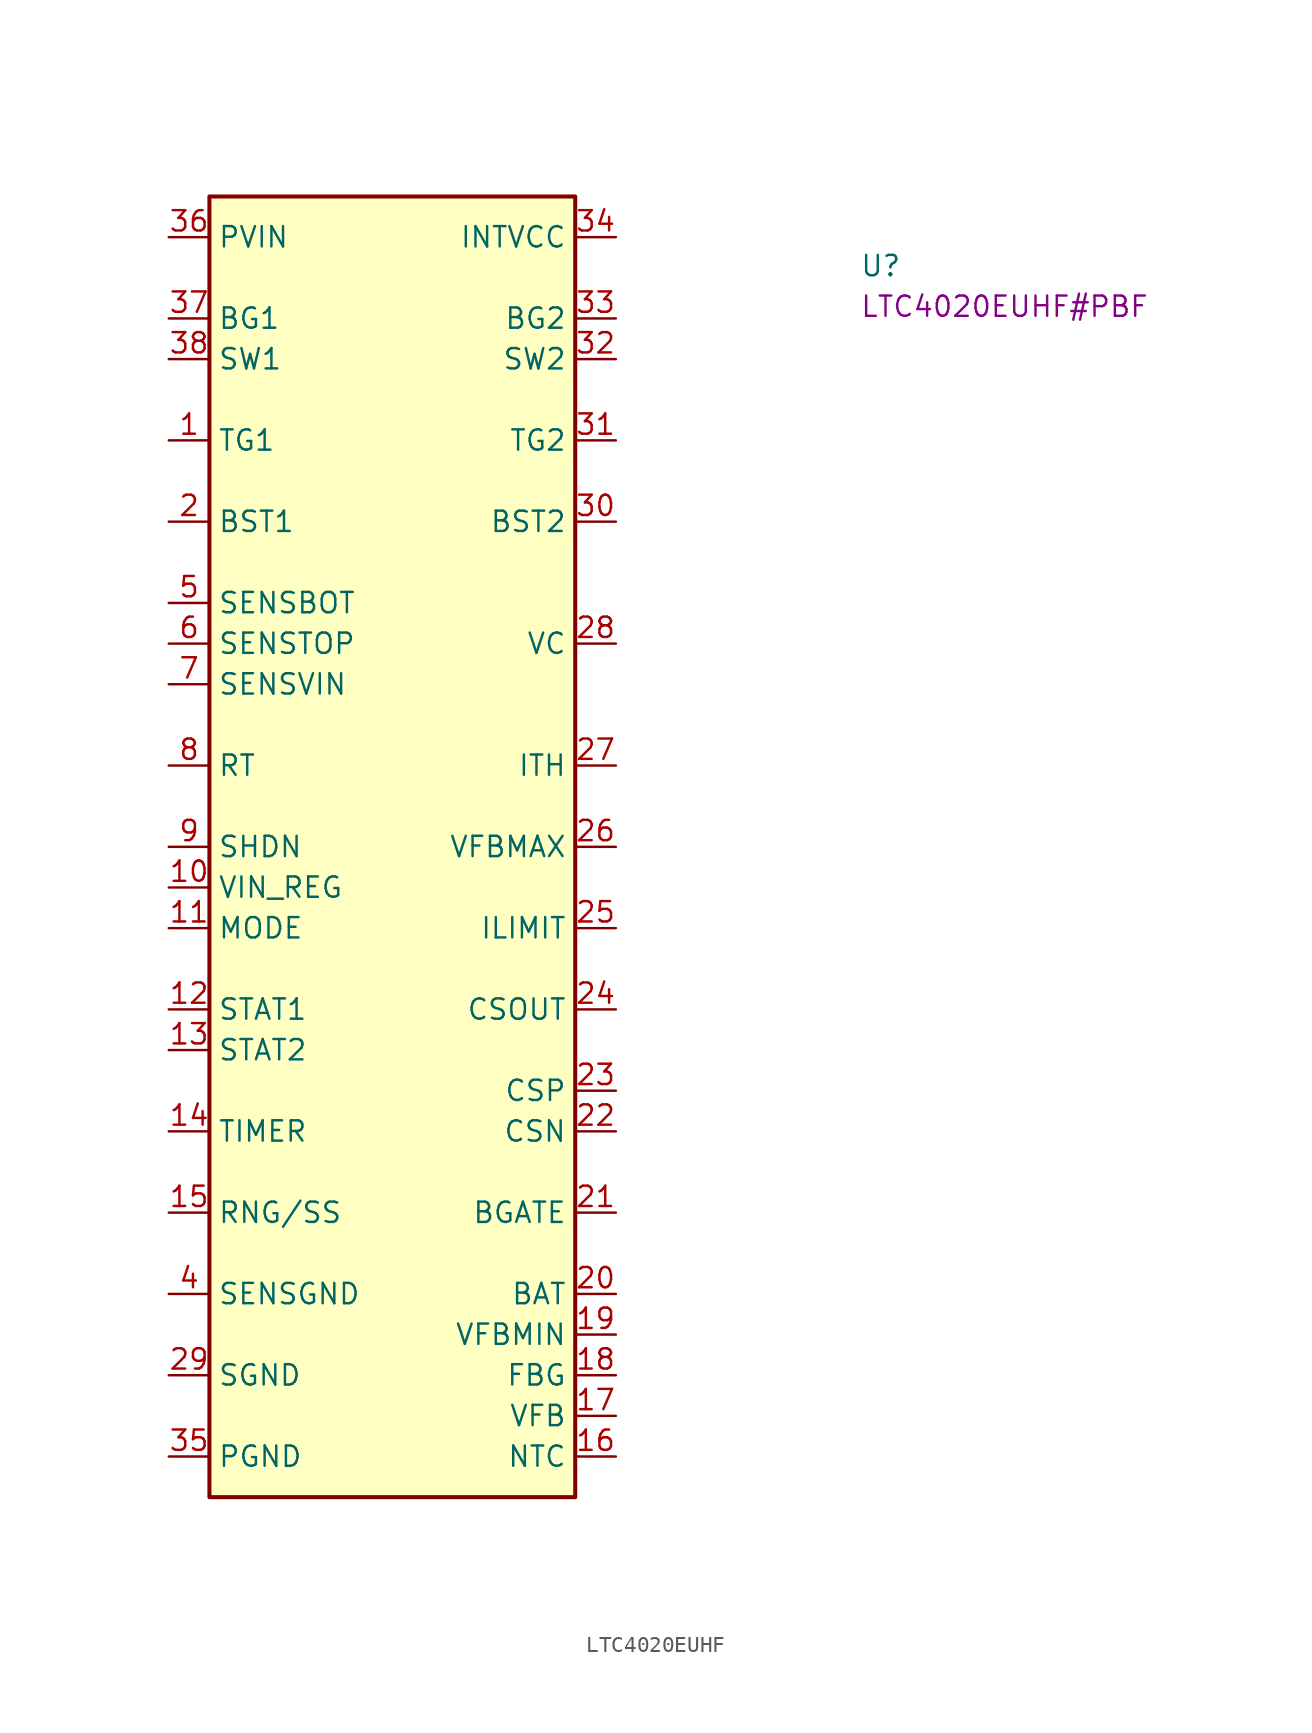
<source format=kicad_sym>
(kicad_symbol_lib
  (version 20220914)
  (generator kicad_symbol_editor)
  (symbol "LTC4020EUHF"
    (property "Reference" "U"
      (at 43.18 -2.54 0)
      (effects (font (size 1.27 1.27) (thickness 0.15)) (justify left bottom)))
    (property "MPN" "LTC4020EUHF#PBF"
      (at 43.18 -5.08 0)
      (effects (font (size 1.27 1.27) (thickness 0.15)) (justify left bottom)))
    (symbol "LTC4020EUHF_1_1"
      (rectangle (start 2.54 2.54) (end 25.4 -78.74) (stroke (width 0.254) (type default)) (fill (type background)))
      (pin output line (at 0 -12.7 0) (length 2.54) (name "TG1" (effects (font (size 1.27 1.27)))) (number "1" (effects (font (size 1.27 1.27)))))
      (pin passive line (at 0 -40.64 0) (length 2.54) (name "VIN_REG" (effects (font (size 1.27 1.27)))) (number "10" (effects (font (size 1.27 1.27)))))
      (pin input line (at 0 -43.18 0) (length 2.54) (name "MODE" (effects (font (size 1.27 1.27)))) (number "11" (effects (font (size 1.27 1.27)))))
      (pin output line (at 0 -48.26 0) (length 2.54) (name "STAT1" (effects (font (size 1.27 1.27)))) (number "12" (effects (font (size 1.27 1.27)))))
      (pin output line (at 0 -50.8 0) (length 2.54) (name "STAT2" (effects (font (size 1.27 1.27)))) (number "13" (effects (font (size 1.27 1.27)))))
      (pin passive line (at 0 -55.88 0) (length 2.54) (name "TIMER" (effects (font (size 1.27 1.27)))) (number "14" (effects (font (size 1.27 1.27)))))
      (pin input line (at 0 -60.96 0) (length 2.54) (name "RNG/SS" (effects (font (size 1.27 1.27)))) (number "15" (effects (font (size 1.27 1.27)))))
      (pin input line (at 27.94 -76.2 180) (length 2.54) (name "NTC" (effects (font (size 1.27 1.27)))) (number "16" (effects (font (size 1.27 1.27)))))
      (pin input line (at 27.94 -73.66 180) (length 2.54) (name "VFB" (effects (font (size 1.27 1.27)))) (number "17" (effects (font (size 1.27 1.27)))))
      (pin input line (at 27.94 -71.12 180) (length 2.54) (name "FBG" (effects (font (size 1.27 1.27)))) (number "18" (effects (font (size 1.27 1.27)))))
      (pin input line (at 27.94 -68.58 180) (length 2.54) (name "VFBMIN" (effects (font (size 1.27 1.27)))) (number "19" (effects (font (size 1.27 1.27)))))
      (pin power_in line (at 0 -17.78 0) (length 2.54) (name "BST1" (effects (font (size 1.27 1.27)))) (number "2" (effects (font (size 1.27 1.27)))))
      (pin input line (at 27.94 -66.04 180) (length 2.54) (name "BAT" (effects (font (size 1.27 1.27)))) (number "20" (effects (font (size 1.27 1.27)))))
      (pin output line (at 27.94 -60.96 180) (length 2.54) (name "BGATE" (effects (font (size 1.27 1.27)))) (number "21" (effects (font (size 1.27 1.27)))))
      (pin input line (at 27.94 -55.88 180) (length 2.54) (name "CSN" (effects (font (size 1.27 1.27)))) (number "22" (effects (font (size 1.27 1.27)))))
      (pin input line (at 27.94 -53.34 180) (length 2.54) (name "CSP" (effects (font (size 1.27 1.27)))) (number "23" (effects (font (size 1.27 1.27)))))
      (pin output line (at 27.94 -48.26 180) (length 2.54) (name "CSOUT" (effects (font (size 1.27 1.27)))) (number "24" (effects (font (size 1.27 1.27)))))
      (pin input line (at 27.94 -43.18 180) (length 2.54) (name "ILIMIT" (effects (font (size 1.27 1.27)))) (number "25" (effects (font (size 1.27 1.27)))))
      (pin input line (at 27.94 -38.1 180) (length 2.54) (name "VFBMAX" (effects (font (size 1.27 1.27)))) (number "26" (effects (font (size 1.27 1.27)))))
      (pin input line (at 27.94 -33.02 180) (length 2.54) (name "ITH" (effects (font (size 1.27 1.27)))) (number "27" (effects (font (size 1.27 1.27)))))
      (pin input line (at 27.94 -25.4 180) (length 2.54) (name "VC" (effects (font (size 1.27 1.27)))) (number "28" (effects (font (size 1.27 1.27)))))
      (pin power_in line (at 0 -71.12 0) (length 2.54) (name "SGND" (effects (font (size 1.27 1.27)))) (number "29" (effects (font (size 1.27 1.27)))))
      (pin passive line (at 0 -71.12 0) (length 2.54) hide (name "SGND" (effects (font (size 1.27 1.27)))) (number "3" (effects (font (size 1.27 1.27)))))
      (pin power_out line (at 27.94 -17.78 180) (length 2.54) (name "BST2" (effects (font (size 1.27 1.27)))) (number "30" (effects (font (size 1.27 1.27)))))
      (pin output line (at 27.94 -12.7 180) (length 2.54) (name "TG2" (effects (font (size 1.27 1.27)))) (number "31" (effects (font (size 1.27 1.27)))))
      (pin input line (at 27.94 -7.62 180) (length 2.54) (name "SW2" (effects (font (size 1.27 1.27)))) (number "32" (effects (font (size 1.27 1.27)))))
      (pin output line (at 27.94 -5.08 180) (length 2.54) (name "BG2" (effects (font (size 1.27 1.27)))) (number "33" (effects (font (size 1.27 1.27)))))
      (pin power_out line (at 27.94 0 180) (length 2.54) (name "INTVCC" (effects (font (size 1.27 1.27)))) (number "34" (effects (font (size 1.27 1.27)))))
      (pin power_in line (at 0 -76.2 0) (length 2.54) (name "PGND" (effects (font (size 1.27 1.27)))) (number "35" (effects (font (size 1.27 1.27)))))
      (pin power_in line (at 0 0 0) (length 2.54) (name "PVIN" (effects (font (size 1.27 1.27)))) (number "36" (effects (font (size 1.27 1.27)))))
      (pin output line (at 0 -5.08 0) (length 2.54) (name "BG1" (effects (font (size 1.27 1.27)))) (number "37" (effects (font (size 1.27 1.27)))))
      (pin input line (at 0 -7.62 0) (length 2.54) (name "SW1" (effects (font (size 1.27 1.27)))) (number "38" (effects (font (size 1.27 1.27)))))
      (pin passive line (at 0 -71.12 0) (length 2.54) hide (name "SGND" (effects (font (size 1.27 1.27)))) (number "39" (effects (font (size 1.27 1.27)))))
      (pin power_in line (at 0 -66.04 0) (length 2.54) (name "SENSGND" (effects (font (size 1.27 1.27)))) (number "4" (effects (font (size 1.27 1.27)))))
      (pin input line (at 0 -22.86 0) (length 2.54) (name "SENSBOT" (effects (font (size 1.27 1.27)))) (number "5" (effects (font (size 1.27 1.27)))))
      (pin input line (at 0 -25.4 0) (length 2.54) (name "SENSTOP" (effects (font (size 1.27 1.27)))) (number "6" (effects (font (size 1.27 1.27)))))
      (pin input line (at 0 -27.94 0) (length 2.54) (name "SENSVIN" (effects (font (size 1.27 1.27)))) (number "7" (effects (font (size 1.27 1.27)))))
      (pin passive line (at 0 -33.02 0) (length 2.54) (name "RT" (effects (font (size 1.27 1.27)))) (number "8" (effects (font (size 1.27 1.27)))))
      (pin input line (at 0 -38.1 0) (length 2.54) (name "SHDN" (effects (font (size 1.27 1.27)))) (number "9" (effects (font (size 1.27 1.27))))))))
</source>
